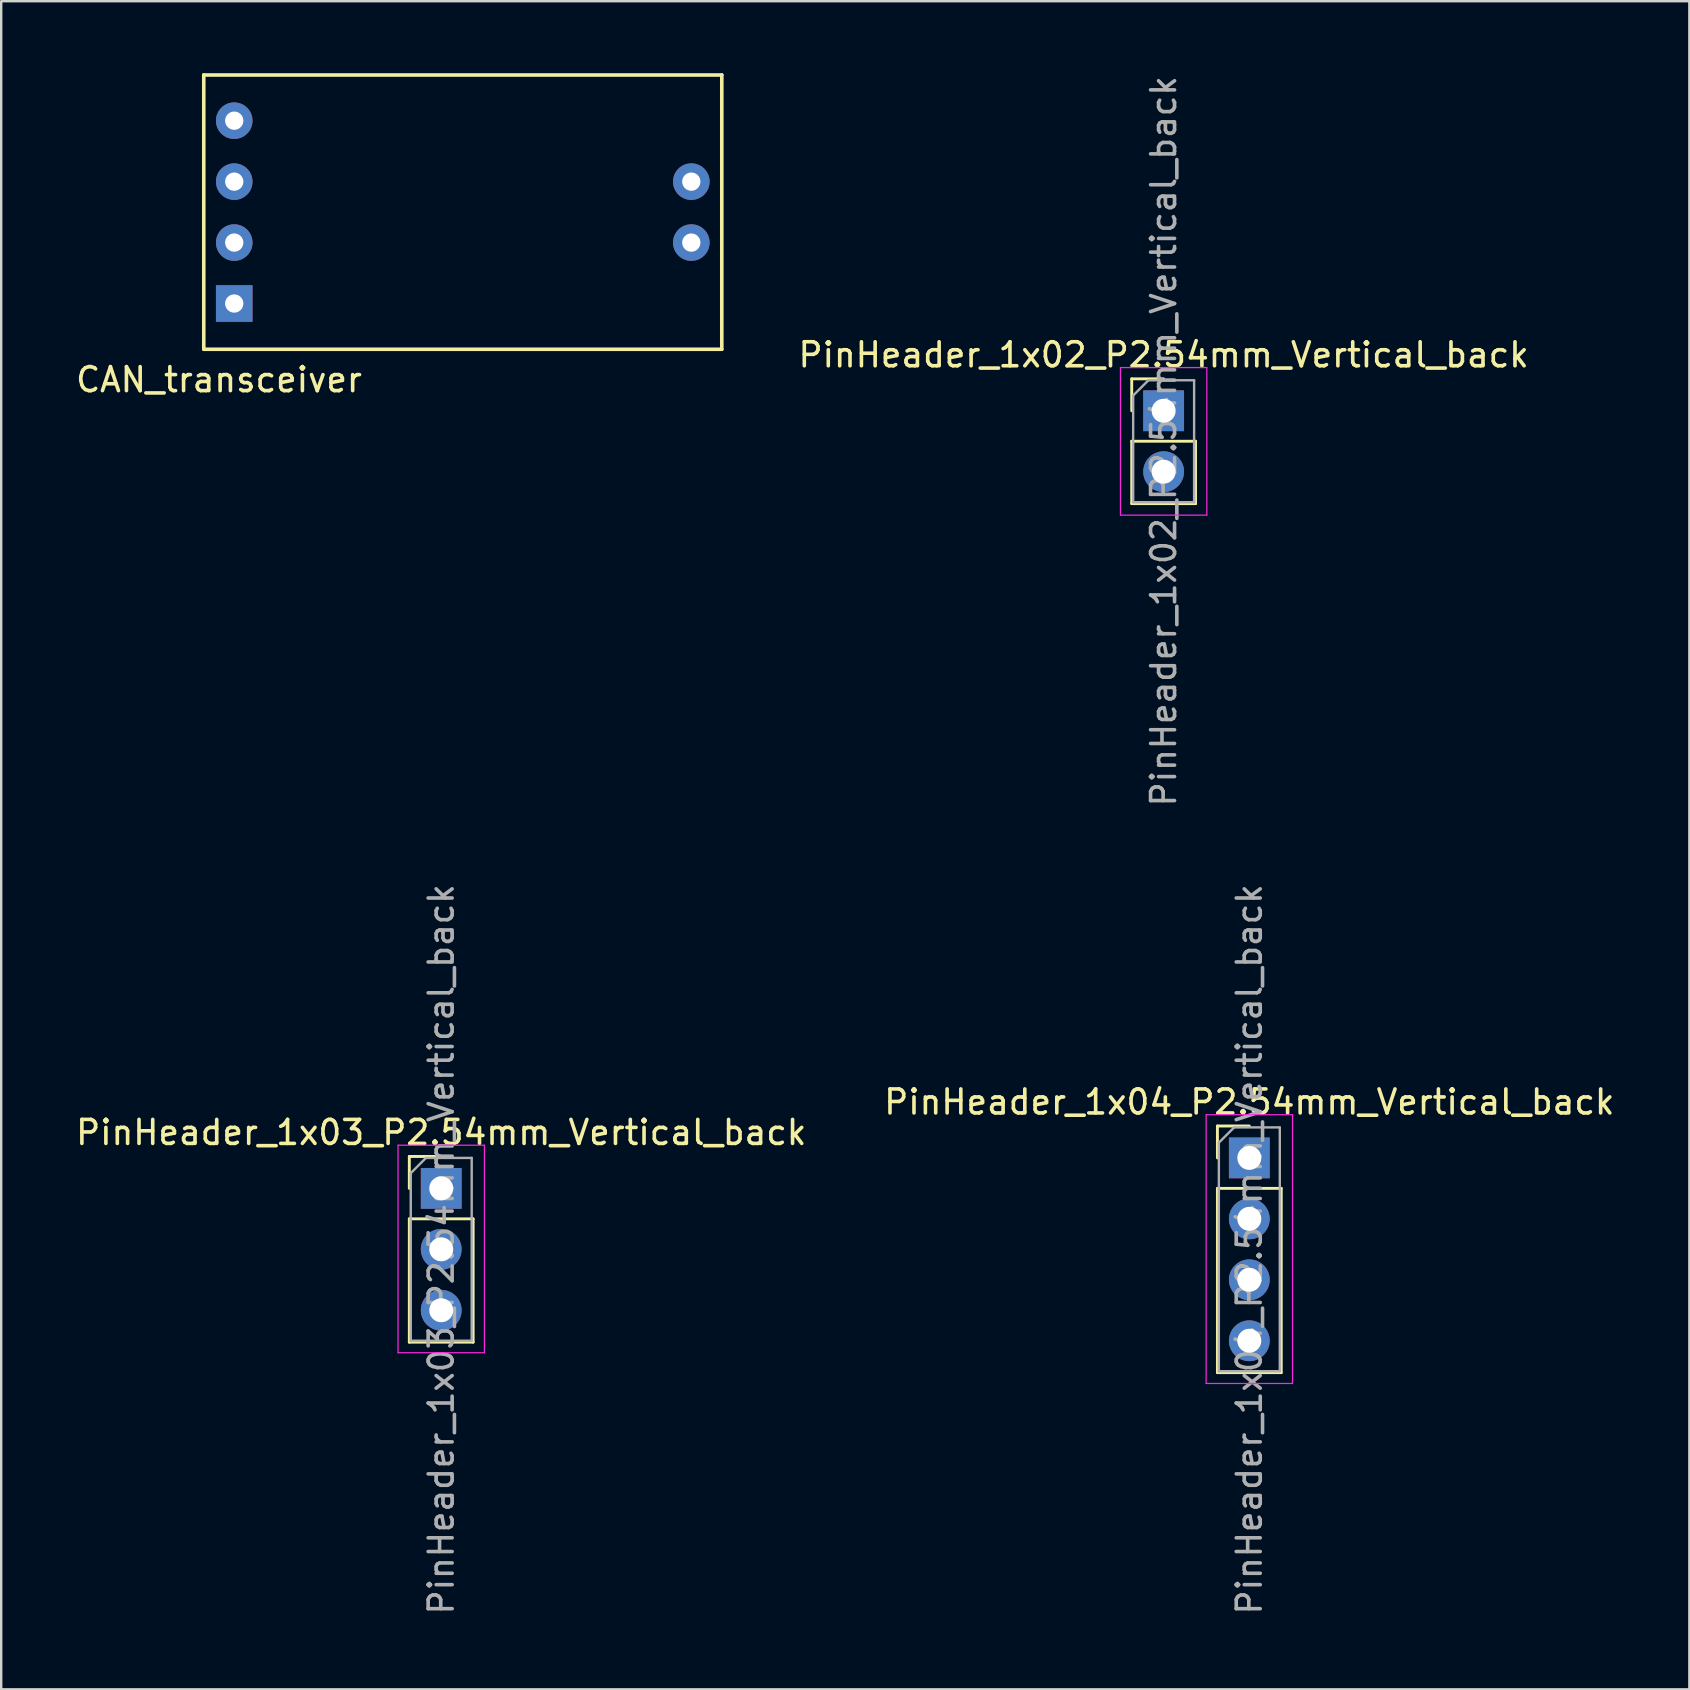
<source format=kicad_pcb>
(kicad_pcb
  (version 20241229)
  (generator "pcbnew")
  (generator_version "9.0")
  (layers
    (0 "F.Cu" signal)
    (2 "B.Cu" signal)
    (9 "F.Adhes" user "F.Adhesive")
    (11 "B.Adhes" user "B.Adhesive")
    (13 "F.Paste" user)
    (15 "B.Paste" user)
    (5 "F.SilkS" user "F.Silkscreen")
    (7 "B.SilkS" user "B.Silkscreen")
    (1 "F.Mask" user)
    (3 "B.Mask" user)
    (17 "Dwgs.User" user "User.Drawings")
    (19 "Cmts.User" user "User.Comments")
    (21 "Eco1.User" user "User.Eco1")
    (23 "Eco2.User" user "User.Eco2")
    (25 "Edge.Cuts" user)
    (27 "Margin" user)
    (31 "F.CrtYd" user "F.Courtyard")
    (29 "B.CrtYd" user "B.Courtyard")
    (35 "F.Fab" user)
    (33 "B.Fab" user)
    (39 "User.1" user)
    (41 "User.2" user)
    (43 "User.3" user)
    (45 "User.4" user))
  (footprint "PinHeader_1x02_P2.54mm_Vertical_back"
    (layer "F.Cu")
    (at 45.447 14.069)
    (property "Reference" "PinHeader_1x02_P2.54mm_Vertical_back" (at 0 -2.33 0) (layer "F.SilkS") (effects (font (size 1 1) (thickness 0.15))))
    (attr through_hole)
    (fp_line (start -1.33 -1.33) (end 0 -1.33) (stroke (width 0.12) (type solid)) (layer "F.SilkS"))
    (fp_line (start -1.33 0) (end -1.33 -1.33) (stroke (width 0.12) (type solid)) (layer "F.SilkS"))
    (fp_line (start -1.33 1.27) (end -1.33 3.87) (stroke (width 0.12) (type solid)) (layer "F.SilkS"))
    (fp_line (start -1.33 1.27) (end 1.33 1.27) (stroke (width 0.12) (type solid)) (layer "F.SilkS"))
    (fp_line (start -1.33 3.87) (end 1.33 3.87) (stroke (width 0.12) (type solid)) (layer "F.SilkS"))
    (fp_line (start 1.33 1.27) (end 1.33 3.87) (stroke (width 0.12) (type solid)) (layer "F.SilkS"))
    (fp_line (start -1.8 -1.8) (end -1.8 4.35) (stroke (width 0.05) (type solid)) (layer "F.CrtYd"))
    (fp_line (start -1.8 4.35) (end 1.8 4.35) (stroke (width 0.05) (type solid)) (layer "F.CrtYd"))
    (fp_line (start 1.8 -1.8) (end -1.8 -1.8) (stroke (width 0.05) (type solid)) (layer "F.CrtYd"))
    (fp_line (start 1.8 4.35) (end 1.8 -1.8) (stroke (width 0.05) (type solid)) (layer "F.CrtYd"))
    (fp_line (start -1.27 -0.635) (end -0.635 -1.27) (stroke (width 0.1) (type solid)) (layer "F.Fab"))
    (fp_line (start -1.27 3.81) (end -1.27 -0.635) (stroke (width 0.1) (type solid)) (layer "F.Fab"))
    (fp_line (start -0.635 -1.27) (end 1.27 -1.27) (stroke (width 0.1) (type solid)) (layer "F.Fab"))
    (fp_line (start 1.27 -1.27) (end 1.27 3.81) (stroke (width 0.1) (type solid)) (layer "F.Fab"))
    (fp_line (start 1.27 3.81) (end -1.27 3.81) (stroke (width 0.1) (type solid)) (layer "F.Fab"))
    (fp_text user "${REFERENCE}" (at 0 1.27 90) (layer "F.Fab") (effects (font (size 1 1) (thickness 0.15))))
    (pad "1" thru_hole rect (at 0 0) (size 1.7 1.7) (drill 1) (layers "*.Mask" "B.Cu"))
    (pad "2" thru_hole oval (at 0 2.54) (size 1.7 1.7) (drill 1) (layers "*.Mask" "B.Cu")))
  (footprint "PinHeader_1x04_P2.54mm_Vertical_back"
    (layer "F.Cu")
    (at 49.018 45.208)
    (property "Reference" "PinHeader_1x04_P2.54mm_Vertical_back" (at 0 -2.33 0) (layer "F.SilkS") (effects (font (size 1 1) (thickness 0.15))))
    (attr through_hole)
    (fp_line (start -1.33 -1.33) (end 0 -1.33) (stroke (width 0.12) (type solid)) (layer "F.SilkS"))
    (fp_line (start -1.33 0) (end -1.33 -1.33) (stroke (width 0.12) (type solid)) (layer "F.SilkS"))
    (fp_line (start -1.33 1.27) (end -1.33 8.95) (stroke (width 0.12) (type solid)) (layer "F.SilkS"))
    (fp_line (start -1.33 1.27) (end 1.33 1.27) (stroke (width 0.12) (type solid)) (layer "F.SilkS"))
    (fp_line (start -1.33 8.95) (end 1.33 8.95) (stroke (width 0.12) (type solid)) (layer "F.SilkS"))
    (fp_line (start 1.33 1.27) (end 1.33 8.95) (stroke (width 0.12) (type solid)) (layer "F.SilkS"))
    (fp_line (start -1.8 -1.8) (end -1.8 9.4) (stroke (width 0.05) (type solid)) (layer "F.CrtYd"))
    (fp_line (start -1.8 9.4) (end 1.8 9.4) (stroke (width 0.05) (type solid)) (layer "F.CrtYd"))
    (fp_line (start 1.8 -1.8) (end -1.8 -1.8) (stroke (width 0.05) (type solid)) (layer "F.CrtYd"))
    (fp_line (start 1.8 9.4) (end 1.8 -1.8) (stroke (width 0.05) (type solid)) (layer "F.CrtYd"))
    (fp_line (start -1.27 -0.635) (end -0.635 -1.27) (stroke (width 0.1) (type solid)) (layer "F.Fab"))
    (fp_line (start -1.27 8.89) (end -1.27 -0.635) (stroke (width 0.1) (type solid)) (layer "F.Fab"))
    (fp_line (start -0.635 -1.27) (end 1.27 -1.27) (stroke (width 0.1) (type solid)) (layer "F.Fab"))
    (fp_line (start 1.27 -1.27) (end 1.27 8.89) (stroke (width 0.1) (type solid)) (layer "F.Fab"))
    (fp_line (start 1.27 8.89) (end -1.27 8.89) (stroke (width 0.1) (type solid)) (layer "F.Fab"))
    (fp_text user "${REFERENCE}" (at 0 3.81 90) (layer "F.Fab") (effects (font (size 1 1) (thickness 0.15))))
    (pad "1" thru_hole rect (at 0 0) (size 1.7 1.7) (drill 1) (layers "*.Mask" "B.Cu"))
    (pad "2" thru_hole oval (at 0 2.54) (size 1.7 1.7) (drill 1) (layers "*.Mask" "B.Cu"))
    (pad "3" thru_hole oval (at 0 5.08) (size 1.7 1.7) (drill 1) (layers "*.Mask" "B.Cu"))
    (pad "4" thru_hole oval (at 0 7.62) (size 1.7 1.7) (drill 1) (layers "*.Mask" "B.Cu")))
  (footprint "PinHeader_1x03_P2.54mm_Vertical_back"
    (layer "F.Cu")
    (at 15.339 46.478)
    (property "Reference" "PinHeader_1x03_P2.54mm_Vertical_back" (at 0 -2.33 0) (layer "F.SilkS") (effects (font (size 1 1) (thickness 0.15))))
    (attr through_hole)
    (fp_line (start -1.33 -1.33) (end 0 -1.33) (stroke (width 0.12) (type solid)) (layer "F.SilkS"))
    (fp_line (start -1.33 0) (end -1.33 -1.33) (stroke (width 0.12) (type solid)) (layer "F.SilkS"))
    (fp_line (start -1.33 1.27) (end -1.33 6.41) (stroke (width 0.12) (type solid)) (layer "F.SilkS"))
    (fp_line (start -1.33 1.27) (end 1.33 1.27) (stroke (width 0.12) (type solid)) (layer "F.SilkS"))
    (fp_line (start -1.33 6.41) (end 1.33 6.41) (stroke (width 0.12) (type solid)) (layer "F.SilkS"))
    (fp_line (start 1.33 1.27) (end 1.33 6.41) (stroke (width 0.12) (type solid)) (layer "F.SilkS"))
    (fp_line (start -1.8 -1.8) (end -1.8 6.85) (stroke (width 0.05) (type solid)) (layer "F.CrtYd"))
    (fp_line (start -1.8 6.85) (end 1.8 6.85) (stroke (width 0.05) (type solid)) (layer "F.CrtYd"))
    (fp_line (start 1.8 -1.8) (end -1.8 -1.8) (stroke (width 0.05) (type solid)) (layer "F.CrtYd"))
    (fp_line (start 1.8 6.85) (end 1.8 -1.8) (stroke (width 0.05) (type solid)) (layer "F.CrtYd"))
    (fp_line (start -1.27 -0.635) (end -0.635 -1.27) (stroke (width 0.1) (type solid)) (layer "F.Fab"))
    (fp_line (start -1.27 6.35) (end -1.27 -0.635) (stroke (width 0.1) (type solid)) (layer "F.Fab"))
    (fp_line (start -0.635 -1.27) (end 1.27 -1.27) (stroke (width 0.1) (type solid)) (layer "F.Fab"))
    (fp_line (start 1.27 -1.27) (end 1.27 6.35) (stroke (width 0.1) (type solid)) (layer "F.Fab"))
    (fp_line (start 1.27 6.35) (end -1.27 6.35) (stroke (width 0.1) (type solid)) (layer "F.Fab"))
    (fp_text user "${REFERENCE}" (at 0 2.54 90) (layer "F.Fab") (effects (font (size 1 1) (thickness 0.15))))
    (pad "1" thru_hole rect (at 0 0) (size 1.7 1.7) (drill 1) (layers "*.Mask" "B.Cu"))
    (pad "2" thru_hole oval (at 0 2.54) (size 1.7 1.7) (drill 1) (layers "*.Mask" "B.Cu"))
    (pad "3" thru_hole oval (at 0 5.08) (size 1.7 1.7) (drill 1) (layers "*.Mask" "B.Cu")))
  (footprint "CAN_transceiver"
    (layer "F.Cu")
    (at 5.442 11.505)
    (property "Reference" "CAN_transceiver" (at 0.635 1.27 0) (layer "F.SilkS") (effects (font (size 1 1) (thickness 0.15))))
    (attr through_hole)
    (fp_line (start 0 -11.43) (end 0 0) (stroke (width 0.15) (type solid)) (layer "F.SilkS"))
    (fp_line (start 0 -11.43) (end 21.59 -11.43) (stroke (width 0.15) (type solid)) (layer "F.SilkS"))
    (fp_line (start 0 0) (end 21.59 0) (stroke (width 0.15) (type solid)) (layer "F.SilkS"))
    (fp_line (start 21.59 0) (end 21.59 -11.43) (stroke (width 0.15) (type solid)) (layer "F.SilkS"))
    (pad "1" thru_hole rect (at 1.27 -1.905) (size 1.524 1.524) (drill 0.762) (layers "*.Cu" "*.Mask"))
    (pad "2" thru_hole circle (at 1.27 -4.445) (size 1.524 1.524) (drill 0.762) (layers "*.Cu" "*.Mask"))
    (pad "3" thru_hole circle (at 1.27 -6.985) (size 1.524 1.524) (drill 0.762) (layers "*.Cu" "*.Mask"))
    (pad "4" thru_hole circle (at 1.27 -9.525) (size 1.524 1.524) (drill 0.762) (layers "*.Cu" "*.Mask"))
    (pad "5" thru_hole circle (at 20.32 -4.445) (size 1.524 1.524) (drill 0.762) (layers "*.Mask" "B.Cu"))
    (pad "6" thru_hole circle (at 20.32 -6.985) (size 1.524 1.524) (drill 0.762) (layers "*.Mask" "B.Cu")))
  (gr_rect
    (start -3 -3)
    (end 67.357 67.357)
    (stroke (width 0.1) (type default))
    (fill no)
    (layer "Edge.Cuts")))
</source>
